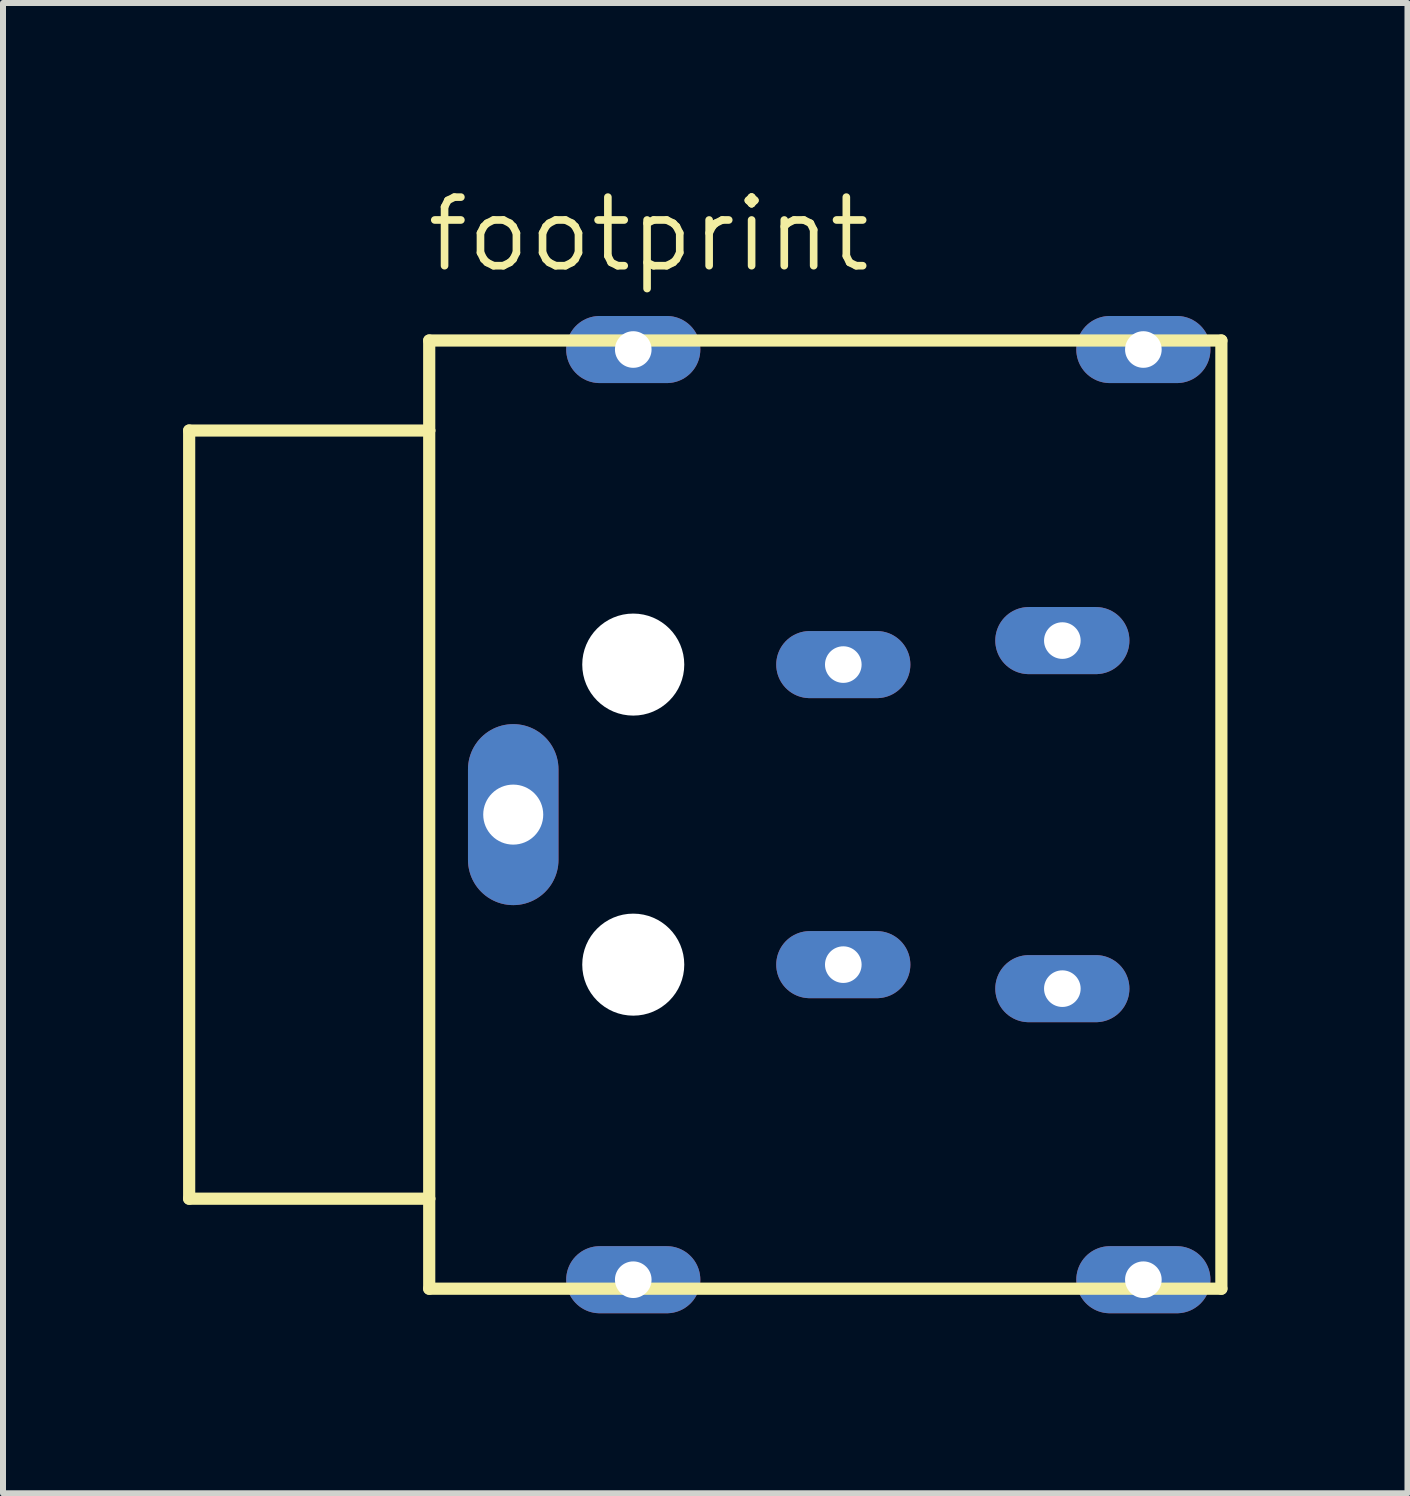
<source format=kicad_pcb>
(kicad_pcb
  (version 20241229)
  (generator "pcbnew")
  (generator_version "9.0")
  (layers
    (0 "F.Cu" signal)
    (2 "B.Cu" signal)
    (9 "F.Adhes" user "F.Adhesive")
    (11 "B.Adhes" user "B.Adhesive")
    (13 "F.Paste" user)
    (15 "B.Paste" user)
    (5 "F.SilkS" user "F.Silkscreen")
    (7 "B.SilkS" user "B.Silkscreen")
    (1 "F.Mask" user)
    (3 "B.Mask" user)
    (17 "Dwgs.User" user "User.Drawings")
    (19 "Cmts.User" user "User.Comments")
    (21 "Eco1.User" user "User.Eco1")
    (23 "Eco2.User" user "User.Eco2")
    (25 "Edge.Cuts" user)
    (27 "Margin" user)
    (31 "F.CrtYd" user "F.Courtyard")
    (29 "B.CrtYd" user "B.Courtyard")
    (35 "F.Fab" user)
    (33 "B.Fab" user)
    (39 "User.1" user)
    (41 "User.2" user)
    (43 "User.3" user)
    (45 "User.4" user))
  (footprint "footprint"
    (layer "F.Cu")
    (at 11.002 10.524)
    (property "Reference" "footprint" (at -7 -9 0) (layer "F.SilkS") (effects (font (size 1.143 1.143) (thickness 0.127)) (justify left bottom)))
    (fp_line (start -10.9 -6.4) (end -6.9 -6.4) (stroke (width 0.203) (type solid)) (layer "F.SilkS"))
    (fp_line (start -10.9 6.4) (end -10.9 -6.4) (stroke (width 0.203) (type solid)) (layer "F.SilkS"))
    (fp_line (start -6.9 -7.9) (end 6.3 -7.9) (stroke (width 0.203) (type solid)) (layer "F.SilkS"))
    (fp_line (start -6.9 -6.4) (end -6.9 -7.9) (stroke (width 0.203) (type solid)) (layer "F.SilkS"))
    (fp_line (start -6.9 6.4) (end -10.9 6.4) (stroke (width 0.203) (type solid)) (layer "F.SilkS"))
    (fp_line (start -6.9 6.4) (end -6.9 -6.4) (stroke (width 0.203) (type solid)) (layer "F.SilkS"))
    (fp_line (start -6.9 7.9) (end -6.9 6.4) (stroke (width 0.203) (type solid)) (layer "F.SilkS"))
    (fp_line (start 6.3 -7.9) (end 6.3 7.9) (stroke (width 0.203) (type solid)) (layer "F.SilkS"))
    (fp_line (start 6.3 7.9) (end -6.9 7.9) (stroke (width 0.203) (type solid)) (layer "F.SilkS"))
    (pad "" np_thru_hole circle (at -3.5 -2.5) (size 1.7 1.7) (drill 1.7) (layers "*.Cu" "*.Mask"))
    (pad "" np_thru_hole circle (at -3.5 2.5) (size 1.7 1.7) (drill 1.7) (layers "*.Cu" "*.Mask"))
    (pad "1" thru_hole oval (at 3.65 2.9) (size 2.235 1.118) (drill 0.61) (layers "*.Cu" "*.Mask"))
    (pad "2" thru_hole oval (at 3.65 -2.9) (size 2.235 1.118) (drill 0.61) (layers "*.Cu" "*.Mask"))
    (pad "3" thru_hole oval (at 0 2.5) (size 2.235 1.118) (drill 0.61) (layers "*.Cu" "*.Mask"))
    (pad "4" thru_hole oval (at 0 -2.5) (size 2.235 1.118) (drill 0.61) (layers "*.Cu" "*.Mask"))
    (pad "S" thru_hole oval (at -5.5 0 90) (size 3.016 1.508) (drill 1) (layers "*.Cu" "*.Mask"))
    (pad "S@1" thru_hole oval (at -3.5 -7.75) (size 2.235 1.118) (drill 0.61) (layers "*.Cu" "*.Mask"))
    (pad "S@4" thru_hole oval (at -3.5 7.75) (size 2.235 1.118) (drill 0.61) (layers "*.Cu" "*.Mask"))
    (pad "SQ2" thru_hole oval (at 5 -7.75) (size 2.235 1.118) (drill 0.61) (layers "*.Cu" "*.Mask"))
    (pad "SQ3" thru_hole oval (at 5 7.75) (size 2.235 1.118) (drill 0.61) (layers "*.Cu" "*.Mask")))
  (gr_rect
    (start -3 -3)
    (end 20.403 21.833)
    (stroke (width 0.1) (type default))
    (fill no)
    (layer "Edge.Cuts")))
</source>
